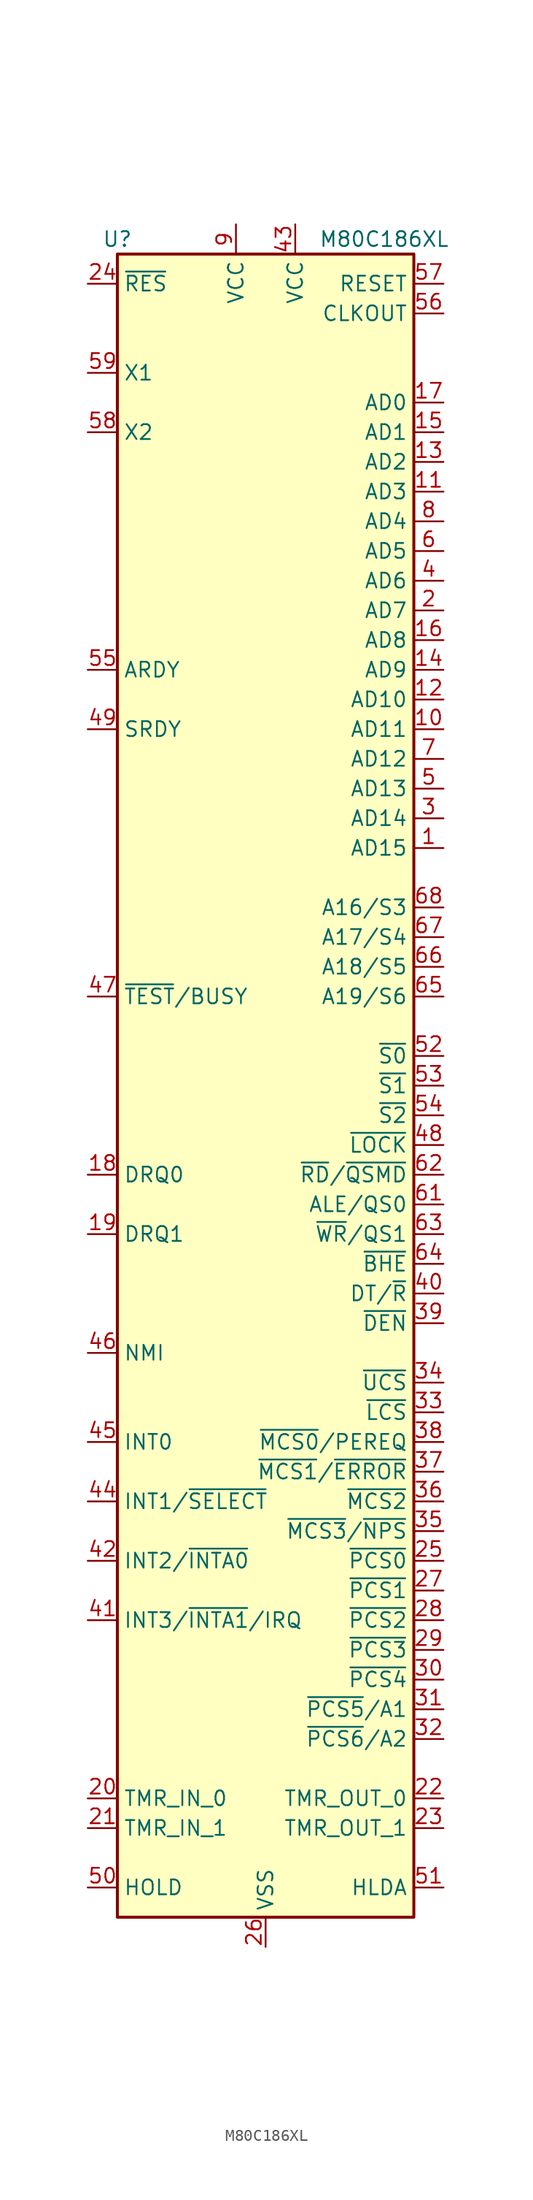
<source format=kicad_sym>
(kicad_symbol_lib
  (version 20231120)
  (generator "kicad_symbol_editor")
  (generator_version "8.0")
  (symbol "M80C186XL"
    (property "Reference" "U"
      (at -12.7 72.39 0)
      (effects (font (size 1.27 1.27))))
    (property "Value" "M80C186XL"
      (at 10.16 72.39 0)
      (effects (font (size 1.27 1.27))))
    (symbol "M80C186XL_0_1"
      (rectangle (start 12.7 -71.12) (end -12.7 71.12) (stroke (width 0.254) (type default)) (fill (type background))))
    (symbol "M80C186XL_1_1"
      (pin bidirectional line (at 15.24 20.32 180) (length 2.54) (name "AD15" (effects (font (size 1.27 1.27)))) (number "1" (effects (font (size 1.27 1.27)))))
      (pin bidirectional line (at 15.24 30.48 180) (length 2.54) (name "AD11" (effects (font (size 1.27 1.27)))) (number "10" (effects (font (size 1.27 1.27)))))
      (pin bidirectional line (at 15.24 50.8 180) (length 2.54) (name "AD3" (effects (font (size 1.27 1.27)))) (number "11" (effects (font (size 1.27 1.27)))))
      (pin bidirectional line (at 15.24 33.02 180) (length 2.54) (name "AD10" (effects (font (size 1.27 1.27)))) (number "12" (effects (font (size 1.27 1.27)))))
      (pin bidirectional line (at 15.24 53.34 180) (length 2.54) (name "AD2" (effects (font (size 1.27 1.27)))) (number "13" (effects (font (size 1.27 1.27)))))
      (pin bidirectional line (at 15.24 35.56 180) (length 2.54) (name "AD9" (effects (font (size 1.27 1.27)))) (number "14" (effects (font (size 1.27 1.27)))))
      (pin bidirectional line (at 15.24 55.88 180) (length 2.54) (name "AD1" (effects (font (size 1.27 1.27)))) (number "15" (effects (font (size 1.27 1.27)))))
      (pin bidirectional line (at 15.24 38.1 180) (length 2.54) (name "AD8" (effects (font (size 1.27 1.27)))) (number "16" (effects (font (size 1.27 1.27)))))
      (pin bidirectional line (at 15.24 58.42 180) (length 2.54) (name "AD0" (effects (font (size 1.27 1.27)))) (number "17" (effects (font (size 1.27 1.27)))))
      (pin input line (at -15.24 -7.62 0) (length 2.54) (name "DRQ0" (effects (font (size 1.27 1.27)))) (number "18" (effects (font (size 1.27 1.27)))))
      (pin input line (at -15.24 -12.7 0) (length 2.54) (name "DRQ1" (effects (font (size 1.27 1.27)))) (number "19" (effects (font (size 1.27 1.27)))))
      (pin bidirectional line (at 15.24 40.64 180) (length 2.54) (name "AD7" (effects (font (size 1.27 1.27)))) (number "2" (effects (font (size 1.27 1.27)))))
      (pin input line (at -15.24 -60.96 0) (length 2.54) (name "TMR_IN_0" (effects (font (size 1.27 1.27)))) (number "20" (effects (font (size 1.27 1.27)))))
      (pin input line (at -15.24 -63.5 0) (length 2.54) (name "TMR_IN_1" (effects (font (size 1.27 1.27)))) (number "21" (effects (font (size 1.27 1.27)))))
      (pin output line (at 15.24 -60.96 180) (length 2.54) (name "TMR_OUT_0" (effects (font (size 1.27 1.27)))) (number "22" (effects (font (size 1.27 1.27)))))
      (pin output line (at 15.24 -63.5 180) (length 2.54) (name "TMR_OUT_1" (effects (font (size 1.27 1.27)))) (number "23" (effects (font (size 1.27 1.27)))))
      (pin input line (at -15.24 68.58 0) (length 2.54) (name "~{RES}" (effects (font (size 1.27 1.27)))) (number "24" (effects (font (size 1.27 1.27)))))
      (pin output line (at 15.24 -40.64 180) (length 2.54) (name "~{PCS0}" (effects (font (size 1.27 1.27)))) (number "25" (effects (font (size 1.27 1.27)))))
      (pin power_in line (at 0 -73.66 90) (length 2.54) (name "VSS" (effects (font (size 1.27 1.27)))) (number "26" (effects (font (size 1.27 1.27)))))
      (pin output line (at 15.24 -43.18 180) (length 2.54) (name "~{PCS1}" (effects (font (size 1.27 1.27)))) (number "27" (effects (font (size 1.27 1.27)))))
      (pin output line (at 15.24 -45.72 180) (length 2.54) (name "~{PCS2}" (effects (font (size 1.27 1.27)))) (number "28" (effects (font (size 1.27 1.27)))))
      (pin output line (at 15.24 -48.26 180) (length 2.54) (name "~{PCS3}" (effects (font (size 1.27 1.27)))) (number "29" (effects (font (size 1.27 1.27)))))
      (pin bidirectional line (at 15.24 22.86 180) (length 2.54) (name "AD14" (effects (font (size 1.27 1.27)))) (number "3" (effects (font (size 1.27 1.27)))))
      (pin output line (at 15.24 -50.8 180) (length 2.54) (name "~{PCS4}" (effects (font (size 1.27 1.27)))) (number "30" (effects (font (size 1.27 1.27)))))
      (pin output line (at 15.24 -53.34 180) (length 2.54) (name "~{PCS5}/A1" (effects (font (size 1.27 1.27)))) (number "31" (effects (font (size 1.27 1.27)))))
      (pin output line (at 15.24 -55.88 180) (length 2.54) (name "~{PCS6}/A2" (effects (font (size 1.27 1.27)))) (number "32" (effects (font (size 1.27 1.27)))))
      (pin bidirectional line (at 15.24 -27.94 180) (length 2.54) (name "~{LCS}" (effects (font (size 1.27 1.27)))) (number "33" (effects (font (size 1.27 1.27)))))
      (pin bidirectional line (at 15.24 -25.4 180) (length 2.54) (name "~{UCS}" (effects (font (size 1.27 1.27)))) (number "34" (effects (font (size 1.27 1.27)))))
      (pin output line (at 15.24 -38.1 180) (length 2.54) (name "~{MCS3}/~{NPS}" (effects (font (size 1.27 1.27)))) (number "35" (effects (font (size 1.27 1.27)))))
      (pin output line (at 15.24 -35.56 180) (length 2.54) (name "~{MCS2}" (effects (font (size 1.27 1.27)))) (number "36" (effects (font (size 1.27 1.27)))))
      (pin bidirectional line (at 15.24 -33.02 180) (length 2.54) (name "~{MCS1}/~{ERROR}" (effects (font (size 1.27 1.27)))) (number "37" (effects (font (size 1.27 1.27)))))
      (pin bidirectional line (at 15.24 -30.48 180) (length 2.54) (name "~{MCS0}/PEREQ" (effects (font (size 1.27 1.27)))) (number "38" (effects (font (size 1.27 1.27)))))
      (pin output line (at 15.24 -20.32 180) (length 2.54) (name "~{DEN}" (effects (font (size 1.27 1.27)))) (number "39" (effects (font (size 1.27 1.27)))))
      (pin bidirectional line (at 15.24 43.18 180) (length 2.54) (name "AD6" (effects (font (size 1.27 1.27)))) (number "4" (effects (font (size 1.27 1.27)))))
      (pin output line (at 15.24 -17.78 180) (length 2.54) (name "DT/~{R}" (effects (font (size 1.27 1.27)))) (number "40" (effects (font (size 1.27 1.27)))))
      (pin bidirectional line (at -15.24 -45.72 0) (length 2.54) (name "INT3/~{INTA1}/IRQ" (effects (font (size 1.27 1.27)))) (number "41" (effects (font (size 1.27 1.27)))))
      (pin bidirectional line (at -15.24 -40.64 0) (length 2.54) (name "INT2/~{INTA0}" (effects (font (size 1.27 1.27)))) (number "42" (effects (font (size 1.27 1.27)))))
      (pin power_in line (at 2.54 73.66 270) (length 2.54) (name "VCC" (effects (font (size 1.27 1.27)))) (number "43" (effects (font (size 1.27 1.27)))))
      (pin input line (at -15.24 -35.56 0) (length 2.54) (name "INT1/~{SELECT}" (effects (font (size 1.27 1.27)))) (number "44" (effects (font (size 1.27 1.27)))))
      (pin input line (at -15.24 -30.48 0) (length 2.54) (name "INT0" (effects (font (size 1.27 1.27)))) (number "45" (effects (font (size 1.27 1.27)))))
      (pin input line (at -15.24 -22.86 0) (length 2.54) (name "NMI" (effects (font (size 1.27 1.27)))) (number "46" (effects (font (size 1.27 1.27)))))
      (pin bidirectional line (at -15.24 7.62 0) (length 2.54) (name "~{TEST}/BUSY" (effects (font (size 1.27 1.27)))) (number "47" (effects (font (size 1.27 1.27)))))
      (pin output line (at 15.24 -5.08 180) (length 2.54) (name "~{LOCK}" (effects (font (size 1.27 1.27)))) (number "48" (effects (font (size 1.27 1.27)))))
      (pin input line (at -15.24 30.48 0) (length 2.54) (name "SRDY" (effects (font (size 1.27 1.27)))) (number "49" (effects (font (size 1.27 1.27)))))
      (pin bidirectional line (at 15.24 25.4 180) (length 2.54) (name "AD13" (effects (font (size 1.27 1.27)))) (number "5" (effects (font (size 1.27 1.27)))))
      (pin input line (at -15.24 -68.58 0) (length 2.54) (name "HOLD" (effects (font (size 1.27 1.27)))) (number "50" (effects (font (size 1.27 1.27)))))
      (pin output line (at 15.24 -68.58 180) (length 2.54) (name "HLDA" (effects (font (size 1.27 1.27)))) (number "51" (effects (font (size 1.27 1.27)))))
      (pin output line (at 15.24 2.54 180) (length 2.54) (name "~{S0}" (effects (font (size 1.27 1.27)))) (number "52" (effects (font (size 1.27 1.27)))))
      (pin output line (at 15.24 0 180) (length 2.54) (name "~{S1}" (effects (font (size 1.27 1.27)))) (number "53" (effects (font (size 1.27 1.27)))))
      (pin output line (at 15.24 -2.54 180) (length 2.54) (name "~{S2}" (effects (font (size 1.27 1.27)))) (number "54" (effects (font (size 1.27 1.27)))))
      (pin input line (at -15.24 35.56 0) (length 2.54) (name "ARDY" (effects (font (size 1.27 1.27)))) (number "55" (effects (font (size 1.27 1.27)))))
      (pin output line (at 15.24 66.04 180) (length 2.54) (name "CLKOUT" (effects (font (size 1.27 1.27)))) (number "56" (effects (font (size 1.27 1.27)))))
      (pin output line (at 15.24 68.58 180) (length 2.54) (name "RESET" (effects (font (size 1.27 1.27)))) (number "57" (effects (font (size 1.27 1.27)))))
      (pin output line (at -15.24 55.88 0) (length 2.54) (name "X2" (effects (font (size 1.27 1.27)))) (number "58" (effects (font (size 1.27 1.27)))))
      (pin input line (at -15.24 60.96 0) (length 2.54) (name "X1" (effects (font (size 1.27 1.27)))) (number "59" (effects (font (size 1.27 1.27)))))
      (pin bidirectional line (at 15.24 45.72 180) (length 2.54) (name "AD5" (effects (font (size 1.27 1.27)))) (number "6" (effects (font (size 1.27 1.27)))))
      (pin passive line (at 0 -73.66 90) (length 2.54) hide (name "VSS" (effects (font (size 1.27 1.27)))) (number "60" (effects (font (size 1.27 1.27)))))
      (pin output line (at 15.24 -10.16 180) (length 2.54) (name "ALE/QS0" (effects (font (size 1.27 1.27)))) (number "61" (effects (font (size 1.27 1.27)))))
      (pin bidirectional line (at 15.24 -7.62 180) (length 2.54) (name "~{RD}/~{QSMD}" (effects (font (size 1.27 1.27)))) (number "62" (effects (font (size 1.27 1.27)))))
      (pin output line (at 15.24 -12.7 180) (length 2.54) (name "~{WR}/QS1" (effects (font (size 1.27 1.27)))) (number "63" (effects (font (size 1.27 1.27)))))
      (pin output line (at 15.24 -15.24 180) (length 2.54) (name "~{BHE}" (effects (font (size 1.27 1.27)))) (number "64" (effects (font (size 1.27 1.27)))))
      (pin output line (at 15.24 7.62 180) (length 2.54) (name "A19/S6" (effects (font (size 1.27 1.27)))) (number "65" (effects (font (size 1.27 1.27)))))
      (pin output line (at 15.24 10.16 180) (length 2.54) (name "A18/S5" (effects (font (size 1.27 1.27)))) (number "66" (effects (font (size 1.27 1.27)))))
      (pin output line (at 15.24 12.7 180) (length 2.54) (name "A17/S4" (effects (font (size 1.27 1.27)))) (number "67" (effects (font (size 1.27 1.27)))))
      (pin output line (at 15.24 15.24 180) (length 2.54) (name "A16/S3" (effects (font (size 1.27 1.27)))) (number "68" (effects (font (size 1.27 1.27)))))
      (pin bidirectional line (at 15.24 27.94 180) (length 2.54) (name "AD12" (effects (font (size 1.27 1.27)))) (number "7" (effects (font (size 1.27 1.27)))))
      (pin bidirectional line (at 15.24 48.26 180) (length 2.54) (name "AD4" (effects (font (size 1.27 1.27)))) (number "8" (effects (font (size 1.27 1.27)))))
      (pin power_in line (at -2.54 73.66 270) (length 2.54) (name "VCC" (effects (font (size 1.27 1.27)))) (number "9" (effects (font (size 1.27 1.27))))))))
</source>
